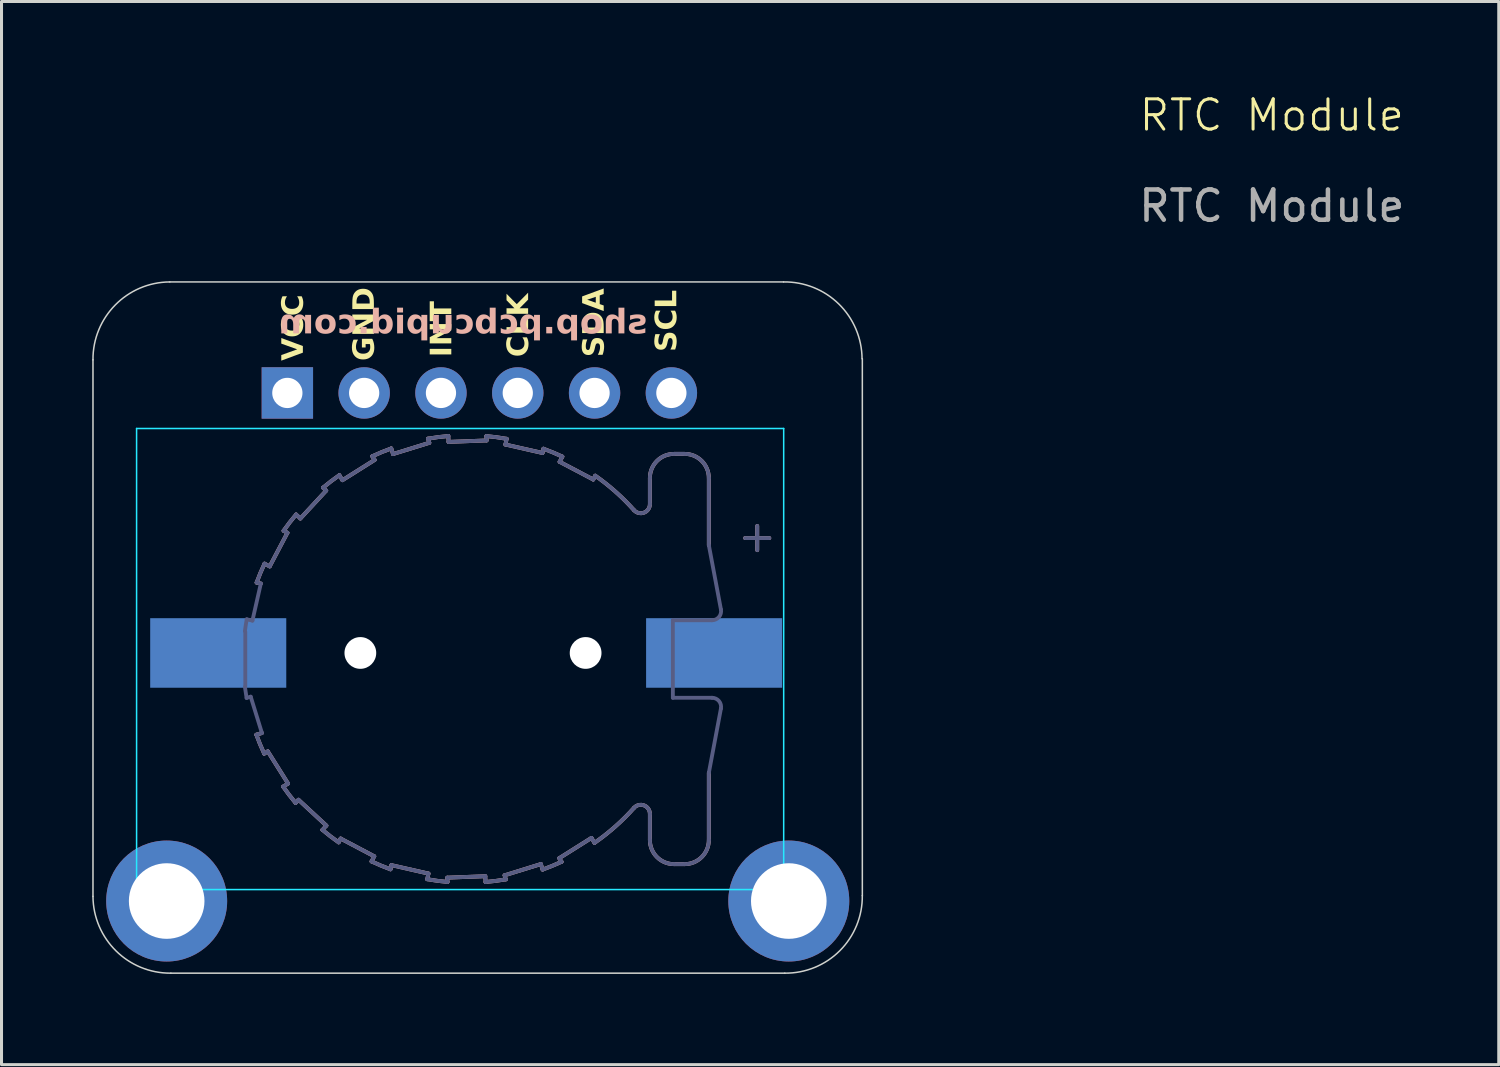
<source format=kicad_pcb>
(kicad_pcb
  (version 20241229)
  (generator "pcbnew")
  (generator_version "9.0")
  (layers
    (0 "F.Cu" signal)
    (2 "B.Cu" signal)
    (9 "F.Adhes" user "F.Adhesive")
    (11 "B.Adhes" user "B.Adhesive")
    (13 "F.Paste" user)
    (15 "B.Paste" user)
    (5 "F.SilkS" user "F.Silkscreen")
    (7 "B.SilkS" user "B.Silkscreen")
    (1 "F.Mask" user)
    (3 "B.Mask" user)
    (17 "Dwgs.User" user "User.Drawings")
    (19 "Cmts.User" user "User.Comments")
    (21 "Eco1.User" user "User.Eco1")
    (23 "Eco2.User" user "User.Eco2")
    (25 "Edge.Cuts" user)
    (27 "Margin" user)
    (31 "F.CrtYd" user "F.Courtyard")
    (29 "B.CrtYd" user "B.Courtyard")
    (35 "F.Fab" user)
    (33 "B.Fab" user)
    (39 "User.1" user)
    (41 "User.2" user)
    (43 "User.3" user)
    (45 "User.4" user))
  (footprint "RTC Module"
    (layer "F.Cu")
    (at 12.609 18.561)
    (property "Reference" "RTC Module" (at 26.4 -17.8 0) (unlocked yes) (layer "F.SilkS") (effects (font (size 1 1) (thickness 0.1))))
    (attr smd)
    (fp_poly (pts (xy 11.3 8.735) (xy 11.06 8.405) (xy 11.54 8.405) (xy 11.3 8.735)) (stroke (width 0.12) (type solid)) (fill yes) (layer "F.SilkS"))
    (fp_line (start -7.172 -2.345) (end -7.033 -2.313) (stroke (width 0.127) (type solid)) (layer "B.SilkS"))
    (fp_line (start -6.997 2.63) (end -7.181 2.687) (stroke (width 0.127) (type solid)) (layer "B.SilkS"))
    (fp_line (start -6.923 3.313) (end -6.803 3.238) (stroke (width 0.127) (type solid)) (layer "B.SilkS"))
    (fp_line (start -6.803 3.238) (end -6.133 4.301) (stroke (width 0.127) (type solid)) (layer "B.SilkS"))
    (fp_line (start -6.74 -2.88) (end -6.911 -2.97) (stroke (width 0.127) (type solid)) (layer "B.SilkS"))
    (fp_line (start -6.28 -4.059) (end -6.154 -3.992) (stroke (width 0.127) (type solid)) (layer "B.SilkS"))
    (fp_line (start -6.154 -3.992) (end -6.74 -2.88) (stroke (width 0.127) (type solid)) (layer "B.SilkS"))
    (fp_line (start -6.133 4.301) (end -6.295 4.404) (stroke (width 0.127) (type solid)) (layer "B.SilkS"))
    (fp_line (start -5.884 4.942) (end -5.788 4.838) (stroke (width 0.127) (type solid)) (layer "B.SilkS"))
    (fp_line (start -5.788 4.838) (end -4.866 5.692) (stroke (width 0.127) (type solid)) (layer "B.SilkS"))
    (fp_line (start -5.725 -4.464) (end -5.867 -4.596) (stroke (width 0.127) (type solid)) (layer "B.SilkS"))
    (fp_line (start -4.976 -5.484) (end -4.871 -5.387) (stroke (width 0.127) (type solid)) (layer "B.SilkS"))
    (fp_line (start -4.871 -5.387) (end -5.725 -4.464) (stroke (width 0.127) (type solid)) (layer "B.SilkS"))
    (fp_line (start -4.866 5.692) (end -4.996 5.833) (stroke (width 0.127) (type solid)) (layer "B.SilkS"))
    (fp_line (start -4.46 6.246) (end -4.394 6.121) (stroke (width 0.127) (type solid)) (layer "B.SilkS"))
    (fp_line (start -4.394 6.121) (end -3.282 6.708) (stroke (width 0.127) (type solid)) (layer "B.SilkS"))
    (fp_line (start -4.334 -5.731) (end -4.437 -5.895) (stroke (width 0.127) (type solid)) (layer "B.SilkS"))
    (fp_line (start -3.347 -6.523) (end -3.27 -6.401) (stroke (width 0.127) (type solid)) (layer "B.SilkS"))
    (fp_line (start -3.282 6.708) (end -3.371 6.877) (stroke (width 0.127) (type solid)) (layer "B.SilkS"))
    (fp_line (start -3.27 -6.401) (end -4.334 -5.731) (stroke (width 0.127) (type solid)) (layer "B.SilkS"))
    (fp_line (start -2.746 7.138) (end -2.715 7) (stroke (width 0.127) (type solid)) (layer "B.SilkS"))
    (fp_line (start -2.715 7) (end -1.489 7.279) (stroke (width 0.127) (type solid)) (layer "B.SilkS"))
    (fp_line (start -2.663 -6.595) (end -2.72 -6.781) (stroke (width 0.127) (type solid)) (layer "B.SilkS"))
    (fp_line (start -1.504 -7.104) (end -1.462 -6.967) (stroke (width 0.127) (type solid)) (layer "B.SilkS"))
    (fp_line (start -1.489 7.279) (end -1.531 7.465) (stroke (width 0.127) (type solid)) (layer "B.SilkS"))
    (fp_line (start -1.462 -6.967) (end -2.663 -6.595) (stroke (width 0.127) (type solid)) (layer "B.SilkS"))
    (fp_line (start -0.866 7.414) (end 0.391 7.366) (stroke (width 0.127) (type solid)) (layer "B.SilkS"))
    (fp_line (start -0.86 7.555) (end -0.866 7.414) (stroke (width 0.127) (type solid)) (layer "B.SilkS"))
    (fp_line (start -0.825 -6.997) (end -0.832 -7.191) (stroke (width 0.127) (type solid)) (layer "B.SilkS"))
    (fp_line (start 0.391 7.366) (end 0.398 7.558) (stroke (width 0.127) (type solid)) (layer "B.SilkS"))
    (fp_line (start 0.426 -7.189) (end 0.432 -7.045) (stroke (width 0.127) (type solid)) (layer "B.SilkS"))
    (fp_line (start 0.432 -7.045) (end -0.825 -6.997) (stroke (width 0.127) (type solid)) (layer "B.SilkS"))
    (fp_line (start 1.028 7.336) (end 2.229 6.964) (stroke (width 0.127) (type solid)) (layer "B.SilkS"))
    (fp_line (start 1.055 -6.91) (end 1.098 -7.099) (stroke (width 0.127) (type solid)) (layer "B.SilkS"))
    (fp_line (start 1.069 7.47) (end 1.028 7.336) (stroke (width 0.127) (type solid)) (layer "B.SilkS"))
    (fp_line (start 2.229 6.964) (end 2.285 7.147) (stroke (width 0.127) (type solid)) (layer "B.SilkS"))
    (fp_line (start 2.281 -6.631) (end 1.055 -6.91) (stroke (width 0.127) (type solid)) (layer "B.SilkS"))
    (fp_line (start 2.313 -6.771) (end 2.281 -6.631) (stroke (width 0.127) (type solid)) (layer "B.SilkS"))
    (fp_line (start 2.836 6.77) (end 3.9 6.1) (stroke (width 0.127) (type solid)) (layer "B.SilkS"))
    (fp_line (start 2.848 -6.339) (end 2.938 -6.511) (stroke (width 0.127) (type solid)) (layer "B.SilkS"))
    (fp_line (start 2.911 6.889) (end 2.836 6.77) (stroke (width 0.127) (type solid)) (layer "B.SilkS"))
    (fp_line (start 3.9 6.1) (end 4.002 6.262) (stroke (width 0.127) (type solid)) (layer "B.SilkS"))
    (fp_line (start 3.96 -5.753) (end 2.848 -6.339) (stroke (width 0.127) (type solid)) (layer "B.SilkS"))
    (fp_line (start 4.026 -5.879) (end 3.96 -5.753) (stroke (width 0.127) (type solid)) (layer "B.SilkS"))
    (fp_line (start 5.833 -4.938) (end 5.833 -5.801) (stroke (width 0.127) (type solid)) (layer "B.SilkS"))
    (fp_line (start 5.833 6.167) (end 5.833 5.304) (stroke (width 0.127) (type solid)) (layer "B.SilkS"))
    (fp_line (start 6.633 -6.601) (end 6.983 -6.601) (stroke (width 0.127) (type solid)) (layer "B.SilkS"))
    (fp_line (start 6.983 6.967) (end 6.633 6.967) (stroke (width 0.127) (type solid)) (layer "B.SilkS"))
    (fp_line (start 7.783 -5.801) (end 7.783 -3.581) (stroke (width 0.127) (type solid)) (layer "B.SilkS"))
    (fp_line (start 7.783 3.947) (end 7.783 6.167) (stroke (width 0.127) (type solid)) (layer "B.SilkS"))
    (fp_line (start 9.383 -4.217) (end 9.383 -3.417) (stroke (width 0.127) (type solid)) (layer "B.SilkS"))
    (fp_line (start 9.783 -3.817) (end 8.983 -3.817) (stroke (width 0.127) (type solid)) (layer "B.SilkS"))
    (fp_arc (start -7.17177 -2.34503) (mid -7.048747 -2.660746) (end -6.9114 -2.9705) (stroke (width 0.127) (type solid)) (layer "B.SilkS"))
    (fp_arc (start -6.9225 3.31305) (mid -7.058703 3.002929) (end -7.18057 2.6869) (stroke (width 0.127) (type solid)) (layer "B.SilkS"))
    (fp_arc (start -6.28039 -4.059) (mid -6.079821 -4.332143) (end -5.86696 -4.59582) (stroke (width 0.127) (type solid)) (layer "B.SilkS"))
    (fp_arc (start -5.88406 4.94175) (mid -6.095862 4.677467) (end -6.29535 4.40377) (stroke (width 0.127) (type solid)) (layer "B.SilkS"))
    (fp_arc (start -4.97571 -5.48389) (mid -4.711254 -5.695827) (end -4.43737 -5.89543) (stroke (width 0.127) (type solid)) (layer "B.SilkS"))
    (fp_arc (start -4.45955 6.24619) (mid -4.732503 6.045739) (end -4.996 5.83301) (stroke (width 0.127) (type solid)) (layer "B.SilkS"))
    (fp_arc (start -3.34661 -6.52253) (mid -3.036283 -6.658798) (end -2.72004 -6.78071) (stroke (width 0.127) (type solid)) (layer "B.SilkS"))
    (fp_arc (start -2.74604 7.13754) (mid -3.061543 7.014562) (end -3.37109 6.87728) (stroke (width 0.127) (type solid)) (layer "B.SilkS"))
    (fp_arc (start -1.50414 -7.10409) (mid -1.169104 -7.155383) (end -0.83207 -7.19128) (stroke (width 0.127) (type solid)) (layer "B.SilkS"))
    (fp_arc (start -0.860239 7.5551) (mid -1.196815 7.517954) (end -1.53134 7.46545) (stroke (width 0.127) (type solid)) (layer "B.SilkS"))
    (fp_arc (start 0.426111 -7.18889) (mid 0.763003 -7.151709) (end 1.09784 -7.09914) (stroke (width 0.127) (type solid)) (layer "B.SilkS"))
    (fp_arc (start 1.06938 7.47044) (mid 0.734656 7.521663) (end 0.397939 7.55752) (stroke (width 0.127) (type solid)) (layer "B.SilkS"))
    (fp_arc (start 2.31251 -6.77113) (mid 2.628284 -6.648009) (end 2.93809 -6.51056) (stroke (width 0.127) (type solid)) (layer "B.SilkS"))
    (fp_arc (start 2.91137 6.88931) (mid 2.601297 7.025412) (end 2.28532 7.14718) (stroke (width 0.127) (type solid)) (layer "B.SilkS"))
    (fp_arc (start 4.02646 -5.87931) (mid 4.700888 -5.346284) (end 5.30895 -4.73864) (stroke (width 0.127) (type solid)) (layer "B.SilkS"))
    (fp_arc (start 5.30895 5.10486) (mid 4.689853 5.722297) (end 4.00225 6.2624) (stroke (width 0.127) (type solid)) (layer "B.SilkS"))
    (fp_arc (start 5.30895 5.10486) (mid 5.639735 5.02403) (end 5.83298 5.30439) (stroke (width 0.127) (type solid)) (layer "B.SilkS"))
    (fp_arc (start 5.83298 -5.80066) (mid 6.067295 -6.366345) (end 6.63298 -6.60066) (stroke (width 0.127) (type solid)) (layer "B.SilkS"))
    (fp_arc (start 5.83298 -4.93817) (mid 5.639731 -4.657803) (end 5.30895 -4.73864) (stroke (width 0.127) (type solid)) (layer "B.SilkS"))
    (fp_arc (start 6.63298 6.96688) (mid 6.067295 6.732565) (end 5.83298 6.16688) (stroke (width 0.127) (type solid)) (layer "B.SilkS"))
    (fp_arc (start 6.98298 -6.60066) (mid 7.548665 -6.366345) (end 7.78298 -5.80066) (stroke (width 0.127) (type solid)) (layer "B.SilkS"))
    (fp_arc (start 7.78298 6.16688) (mid 7.548665 6.732565) (end 6.98298 6.96688) (stroke (width 0.127) (type solid)) (layer "B.SilkS"))
    (fp_line (start -12.584 8.033) (end -12.584 -9.711) (stroke (width 0.05) (type default)) (layer "Edge.Cuts"))
    (fp_line (start -10.044 -12.287) (end 10.254 -12.287) (stroke (width 0.05) (type default)) (layer "Edge.Cuts"))
    (fp_line (start 10.294 10.573) (end -10.008 10.573) (stroke (width 0.05) (type default)) (layer "Edge.Cuts"))
    (fp_line (start 12.859 8.008) (end 12.859 -9.747) (stroke (width 0.05) (type default)) (layer "Edge.Cuts"))
    (fp_arc (start -12.583979 -9.711116) (mid -11.847576 -11.525092) (end -10.044238 -12.287209) (stroke (width 0.05) (type default)) (layer "Edge.Cuts"))
    (fp_arc (start -10.008145 10.57253) (mid -11.82215 9.836149) (end -12.584238 8.032789) (stroke (width 0.05) (type default)) (layer "Edge.Cuts"))
    (fp_arc (start 10.254114 -12.287209) (mid 12.080886 -11.557881) (end 12.849924 -9.747467) (stroke (width 0.05) (type default)) (layer "Edge.Cuts"))
    (fp_arc (start 12.85853 8.008114) (mid 12.115105 9.829105) (end 10.294114 10.57253) (stroke (width 0.05) (type default)) (layer "Edge.Cuts"))
    (fp_line (start -11.142 -7.441) (end 10.258 -7.441) (stroke (width 0.05) (type solid)) (layer "B.CrtYd"))
    (fp_line (start -11.142 7.808) (end -11.142 -7.441) (stroke (width 0.05) (type solid)) (layer "B.CrtYd"))
    (fp_line (start 10.258 -7.441) (end 10.258 7.808) (stroke (width 0.05) (type solid)) (layer "B.CrtYd"))
    (fp_line (start 10.258 7.808) (end -11.142 7.808) (stroke (width 0.05) (type solid)) (layer "B.CrtYd"))
    (fp_line (start -7.547 1.083) (end -7.547 -0.717) (stroke (width 0.127) (type solid)) (layer "B.Fab"))
    (fp_line (start -7.504 1.471) (end -7.368 1.429) (stroke (width 0.127) (type solid)) (layer "B.Fab"))
    (fp_line (start -7.368 1.429) (end -6.997 2.63) (stroke (width 0.127) (type solid)) (layer "B.Fab"))
    (fp_line (start -7.311 -1.087) (end -7.5 -1.13) (stroke (width 0.127) (type solid)) (layer "B.Fab"))
    (fp_line (start -7.172 -2.345) (end -7.033 -2.313) (stroke (width 0.127) (type solid)) (layer "B.Fab"))
    (fp_line (start -7.033 -2.313) (end -7.311 -1.087) (stroke (width 0.127) (type solid)) (layer "B.Fab"))
    (fp_line (start -6.997 2.63) (end -7.181 2.687) (stroke (width 0.127) (type solid)) (layer "B.Fab"))
    (fp_line (start -6.923 3.313) (end -6.803 3.238) (stroke (width 0.127) (type solid)) (layer "B.Fab"))
    (fp_line (start -6.803 3.238) (end -6.133 4.301) (stroke (width 0.127) (type solid)) (layer "B.Fab"))
    (fp_line (start -6.74 -2.88) (end -6.911 -2.97) (stroke (width 0.127) (type solid)) (layer "B.Fab"))
    (fp_line (start -6.28 -4.059) (end -6.154 -3.992) (stroke (width 0.127) (type solid)) (layer "B.Fab"))
    (fp_line (start -6.154 -3.992) (end -6.74 -2.88) (stroke (width 0.127) (type solid)) (layer "B.Fab"))
    (fp_line (start -6.133 4.301) (end -6.295 4.404) (stroke (width 0.127) (type solid)) (layer "B.Fab"))
    (fp_line (start -5.884 4.942) (end -5.788 4.838) (stroke (width 0.127) (type solid)) (layer "B.Fab"))
    (fp_line (start -5.788 4.838) (end -4.866 5.692) (stroke (width 0.127) (type solid)) (layer "B.Fab"))
    (fp_line (start -5.725 -4.464) (end -5.867 -4.596) (stroke (width 0.127) (type solid)) (layer "B.Fab"))
    (fp_line (start -4.976 -5.484) (end -4.871 -5.387) (stroke (width 0.127) (type solid)) (layer "B.Fab"))
    (fp_line (start -4.871 -5.387) (end -5.725 -4.464) (stroke (width 0.127) (type solid)) (layer "B.Fab"))
    (fp_line (start -4.866 5.692) (end -4.996 5.833) (stroke (width 0.127) (type solid)) (layer "B.Fab"))
    (fp_line (start -4.46 6.246) (end -4.394 6.121) (stroke (width 0.127) (type solid)) (layer "B.Fab"))
    (fp_line (start -4.394 6.121) (end -3.282 6.708) (stroke (width 0.127) (type solid)) (layer "B.Fab"))
    (fp_line (start -4.334 -5.731) (end -4.437 -5.895) (stroke (width 0.127) (type solid)) (layer "B.Fab"))
    (fp_line (start -3.347 -6.523) (end -3.27 -6.401) (stroke (width 0.127) (type solid)) (layer "B.Fab"))
    (fp_line (start -3.282 6.708) (end -3.371 6.877) (stroke (width 0.127) (type solid)) (layer "B.Fab"))
    (fp_line (start -3.27 -6.401) (end -4.334 -5.731) (stroke (width 0.127) (type solid)) (layer "B.Fab"))
    (fp_line (start -2.746 7.138) (end -2.715 7) (stroke (width 0.127) (type solid)) (layer "B.Fab"))
    (fp_line (start -2.715 7) (end -1.489 7.279) (stroke (width 0.127) (type solid)) (layer "B.Fab"))
    (fp_line (start -2.663 -6.595) (end -2.72 -6.781) (stroke (width 0.127) (type solid)) (layer "B.Fab"))
    (fp_line (start -1.504 -7.104) (end -1.462 -6.967) (stroke (width 0.127) (type solid)) (layer "B.Fab"))
    (fp_line (start -1.489 7.279) (end -1.531 7.465) (stroke (width 0.127) (type solid)) (layer "B.Fab"))
    (fp_line (start -1.462 -6.967) (end -2.663 -6.595) (stroke (width 0.127) (type solid)) (layer "B.Fab"))
    (fp_line (start -0.866 7.414) (end 0.391 7.366) (stroke (width 0.127) (type solid)) (layer "B.Fab"))
    (fp_line (start -0.86 7.555) (end -0.866 7.414) (stroke (width 0.127) (type solid)) (layer "B.Fab"))
    (fp_line (start -0.825 -6.997) (end -0.832 -7.191) (stroke (width 0.127) (type solid)) (layer "B.Fab"))
    (fp_line (start 0.391 7.366) (end 0.398 7.558) (stroke (width 0.127) (type solid)) (layer "B.Fab"))
    (fp_line (start 0.426 -7.189) (end 0.432 -7.045) (stroke (width 0.127) (type solid)) (layer "B.Fab"))
    (fp_line (start 0.432 -7.045) (end -0.825 -6.997) (stroke (width 0.127) (type solid)) (layer "B.Fab"))
    (fp_line (start 1.028 7.336) (end 2.229 6.964) (stroke (width 0.127) (type solid)) (layer "B.Fab"))
    (fp_line (start 1.055 -6.91) (end 1.098 -7.099) (stroke (width 0.127) (type solid)) (layer "B.Fab"))
    (fp_line (start 1.069 7.47) (end 1.028 7.336) (stroke (width 0.127) (type solid)) (layer "B.Fab"))
    (fp_line (start 2.229 6.964) (end 2.285 7.147) (stroke (width 0.127) (type solid)) (layer "B.Fab"))
    (fp_line (start 2.281 -6.631) (end 1.055 -6.91) (stroke (width 0.127) (type solid)) (layer "B.Fab"))
    (fp_line (start 2.313 -6.771) (end 2.281 -6.631) (stroke (width 0.127) (type solid)) (layer "B.Fab"))
    (fp_line (start 2.836 6.77) (end 3.9 6.1) (stroke (width 0.127) (type solid)) (layer "B.Fab"))
    (fp_line (start 2.848 -6.339) (end 2.938 -6.511) (stroke (width 0.127) (type solid)) (layer "B.Fab"))
    (fp_line (start 2.911 6.889) (end 2.836 6.77) (stroke (width 0.127) (type solid)) (layer "B.Fab"))
    (fp_line (start 3.9 6.1) (end 4.002 6.262) (stroke (width 0.127) (type solid)) (layer "B.Fab"))
    (fp_line (start 3.96 -5.753) (end 2.848 -6.339) (stroke (width 0.127) (type solid)) (layer "B.Fab"))
    (fp_line (start 4.026 -5.879) (end 3.96 -5.753) (stroke (width 0.127) (type solid)) (layer "B.Fab"))
    (fp_line (start 5.833 -4.938) (end 5.833 -5.801) (stroke (width 0.127) (type solid)) (layer "B.Fab"))
    (fp_line (start 5.833 6.167) (end 5.833 5.304) (stroke (width 0.127) (type solid)) (layer "B.Fab"))
    (fp_line (start 6.593 -1.099) (end 6.593 1.465) (stroke (width 0.127) (type solid)) (layer "B.Fab"))
    (fp_line (start 6.593 -1.099) (end 7.888 -1.099) (stroke (width 0.127) (type solid)) (layer "B.Fab"))
    (fp_line (start 6.633 -6.601) (end 6.983 -6.601) (stroke (width 0.127) (type solid)) (layer "B.Fab"))
    (fp_line (start 6.983 6.967) (end 6.633 6.967) (stroke (width 0.127) (type solid)) (layer "B.Fab"))
    (fp_line (start 7.783 -5.801) (end 7.783 -3.581) (stroke (width 0.127) (type solid)) (layer "B.Fab"))
    (fp_line (start 7.783 -3.581) (end 8.183 -1.454) (stroke (width 0.127) (type solid)) (layer "B.Fab"))
    (fp_line (start 7.783 3.947) (end 7.783 6.167) (stroke (width 0.127) (type solid)) (layer "B.Fab"))
    (fp_line (start 7.888 1.465) (end 6.593 1.465) (stroke (width 0.127) (type solid)) (layer "B.Fab"))
    (fp_line (start 8.183 1.82) (end 7.783 3.947) (stroke (width 0.127) (type solid)) (layer "B.Fab"))
    (fp_line (start 9.383 -4.217) (end 9.383 -3.417) (stroke (width 0.127) (type solid)) (layer "B.Fab"))
    (fp_line (start 9.783 -3.817) (end 8.983 -3.817) (stroke (width 0.127) (type solid)) (layer "B.Fab"))
    (fp_arc (start -7.55948 -0.737949) (mid -7.532141 -0.934526) (end -7.49954 -1.1303) (stroke (width 0.127) (type solid)) (layer "B.Fab"))
    (fp_arc (start -7.50408 1.47102) (mid -7.534074 1.287937) (end -7.55947 1.10416) (stroke (width 0.127) (type solid)) (layer "B.Fab"))
    (fp_arc (start -7.17177 -2.34503) (mid -7.048747 -2.660746) (end -6.9114 -2.9705) (stroke (width 0.127) (type solid)) (layer "B.Fab"))
    (fp_arc (start -6.9225 3.31305) (mid -7.058703 3.002929) (end -7.18057 2.6869) (stroke (width 0.127) (type solid)) (layer "B.Fab"))
    (fp_arc (start -6.28039 -4.059) (mid -6.079821 -4.332143) (end -5.86696 -4.59582) (stroke (width 0.127) (type solid)) (layer "B.Fab"))
    (fp_arc (start -5.88406 4.94175) (mid -6.095862 4.677467) (end -6.29535 4.40377) (stroke (width 0.127) (type solid)) (layer "B.Fab"))
    (fp_arc (start -4.97571 -5.48389) (mid -4.711254 -5.695827) (end -4.43737 -5.89543) (stroke (width 0.127) (type solid)) (layer "B.Fab"))
    (fp_arc (start -4.45955 6.24619) (mid -4.732503 6.045739) (end -4.996 5.83301) (stroke (width 0.127) (type solid)) (layer "B.Fab"))
    (fp_arc (start -3.34661 -6.52253) (mid -3.036283 -6.658798) (end -2.72004 -6.78071) (stroke (width 0.127) (type solid)) (layer "B.Fab"))
    (fp_arc (start -2.74604 7.13754) (mid -3.061543 7.014562) (end -3.37109 6.87728) (stroke (width 0.127) (type solid)) (layer "B.Fab"))
    (fp_arc (start -1.50414 -7.10409) (mid -1.169104 -7.155383) (end -0.83207 -7.19128) (stroke (width 0.127) (type solid)) (layer "B.Fab"))
    (fp_arc (start -0.860239 7.5551) (mid -1.196815 7.517954) (end -1.53134 7.46545) (stroke (width 0.127) (type solid)) (layer "B.Fab"))
    (fp_arc (start 0.426111 -7.18889) (mid 0.763003 -7.151709) (end 1.09784 -7.09914) (stroke (width 0.127) (type solid)) (layer "B.Fab"))
    (fp_arc (start 1.06938 7.47044) (mid 0.734656 7.521663) (end 0.397939 7.55752) (stroke (width 0.127) (type solid)) (layer "B.Fab"))
    (fp_arc (start 2.31251 -6.77113) (mid 2.628284 -6.648009) (end 2.93809 -6.51056) (stroke (width 0.127) (type solid)) (layer "B.Fab"))
    (fp_arc (start 2.91137 6.88931) (mid 2.601297 7.025412) (end 2.28532 7.14718) (stroke (width 0.127) (type solid)) (layer "B.Fab"))
    (fp_arc (start 4.02646 -5.87931) (mid 4.700888 -5.346284) (end 5.30895 -4.73864) (stroke (width 0.127) (type solid)) (layer "B.Fab"))
    (fp_arc (start 5.30895 5.10486) (mid 4.689853 5.722297) (end 4.00225 6.2624) (stroke (width 0.127) (type solid)) (layer "B.Fab"))
    (fp_arc (start 5.30895 5.10486) (mid 5.639735 5.02403) (end 5.83298 5.30439) (stroke (width 0.127) (type solid)) (layer "B.Fab"))
    (fp_arc (start 5.83298 -5.80066) (mid 6.067295 -6.366345) (end 6.63298 -6.60066) (stroke (width 0.127) (type solid)) (layer "B.Fab"))
    (fp_arc (start 5.83298 -4.93817) (mid 5.639731 -4.657803) (end 5.30895 -4.73864) (stroke (width 0.127) (type solid)) (layer "B.Fab"))
    (fp_arc (start 6.63298 6.96688) (mid 6.067295 6.732565) (end 5.83298 6.16688) (stroke (width 0.127) (type solid)) (layer "B.Fab"))
    (fp_arc (start 6.98298 -6.60066) (mid 7.548665 -6.366345) (end 7.78298 -5.80066) (stroke (width 0.127) (type solid)) (layer "B.Fab"))
    (fp_arc (start 7.78298 6.16688) (mid 7.548665 6.732565) (end 6.98298 6.96688) (stroke (width 0.127) (type solid)) (layer "B.Fab"))
    (fp_arc (start 7.88821 1.465001) (mid 8.119104 1.573491) (end 8.18304 1.82047) (stroke (width 0.127) (type solid)) (layer "B.Fab"))
    (fp_arc (start 8.18304 -1.454251) (mid 8.119126 -1.207256) (end 7.88821 -1.09877) (stroke (width 0.127) (type solid)) (layer "B.Fab"))
    (fp_text user "SCL" (at 6.825 -9.975 90) (unlocked yes) (layer "F.SilkS") (effects (font (face "Lexend") (size 0.7 0.7) (thickness 0.175) (bold yes)) (justify left bottom)))
    (fp_text user "INT" (at -0.615 -9.8 90) (unlocked yes) (layer "F.SilkS") (effects (font (face "Lexend") (size 0.7 0.7) (thickness 0.175) (bold yes)) (justify left bottom)))
    (fp_text user "SDA" (at 4.425 -9.8 90) (unlocked yes) (layer "F.SilkS") (effects (font (face "Lexend") (size 0.7 0.7) (thickness 0.175) (bold yes)) (justify left bottom)))
    (fp_text user "GND" (at -3.175 -9.675 90) (unlocked yes) (layer "F.SilkS") (effects (font (face "Lexend") (size 0.7 0.7) (thickness 0.16) (bold yes)) (justify left bottom)))
    (fp_text user "CLK" (at 1.925 -9.8 90) (unlocked yes) (layer "F.SilkS") (effects (font (face "Lexend") (size 0.7 0.7) (thickness 0.175) (bold yes)) (justify left bottom)))
    (fp_text user "VCC\n" (at -5.524 -11.875 90) (unlocked yes) (layer "F.SilkS") (effects (font (face "Lexend") (size 0.7 0.7) (thickness 0.16) (bold yes)) (justify right bottom)))
    (fp_text user "shop.pcbcupid.com" (at 5.75 -10.45 0) (unlocked yes) (layer "B.SilkS") (effects (font (face "Lexend") (size 0.8 0.8) (thickness 0.2) (bold yes)) (justify left bottom mirror)))
    (fp_text user "${REFERENCE}" (at 26.4 -14.8 0) (unlocked yes) (layer "F.Fab") (effects (font (size 1 1) (thickness 0.15))))
    (pad "" np_thru_hole circle (at -3.742 -0.017 270) (size 1.05 1.05) (drill 1.05) (layers "*.Cu" "*.Mask"))
    (pad "" np_thru_hole circle (at 3.708 -0.017 270) (size 1.05 1.05) (drill 1.3) (layers "*.Cu" "*.Mask"))
    (pad "1" thru_hole circle (at -10.147 8.187) (size 4 4) (drill 2.5) (layers "*.Cu" "*.Mask"))
    (pad "1" thru_hole rect (at -6.156 -8.616 270) (size 1.7 1.7) (drill 1) (layers "*.Cu" "*.Mask"))
    (pad "1" thru_hole circle (at 10.427 8.187) (size 4 4) (drill 2.5) (layers "*.Cu" "*.Mask"))
    (pad "2" thru_hole oval (at -3.616 -8.616 270) (size 1.7 1.7) (drill 1) (layers "*.Cu" "*.Mask"))
    (pad "3" thru_hole oval (at -1.076 -8.616 270) (size 1.7 1.7) (drill 1) (layers "*.Cu" "*.Mask"))
    (pad "4" thru_hole oval (at 1.464 -8.616 270) (size 1.7 1.7) (drill 1) (layers "*.Cu" "*.Mask"))
    (pad "5" thru_hole oval (at 4.004 -8.616 270) (size 1.7 1.7) (drill 1) (layers "*.Cu" "*.Mask"))
    (pad "6" thru_hole oval (at 6.544 -8.616 270) (size 1.7 1.7) (drill 1) (layers "*.Cu" "*.Mask"))
    (pad "N" smd rect (at -8.442 -0.017 270) (size 2.3 4.5) (layers "B.Cu" "B.Mask" "B.Paste"))
    (pad "P" smd rect (at 7.958 -0.017 270) (size 2.3 4.5) (layers "B.Cu" "B.Mask" "B.Paste")))
  (gr_rect
    (start -3 -3)
    (end 46.515 32.158)
    (stroke (width 0.1) (type default))
    (fill no)
    (layer "Edge.Cuts")))
</source>
